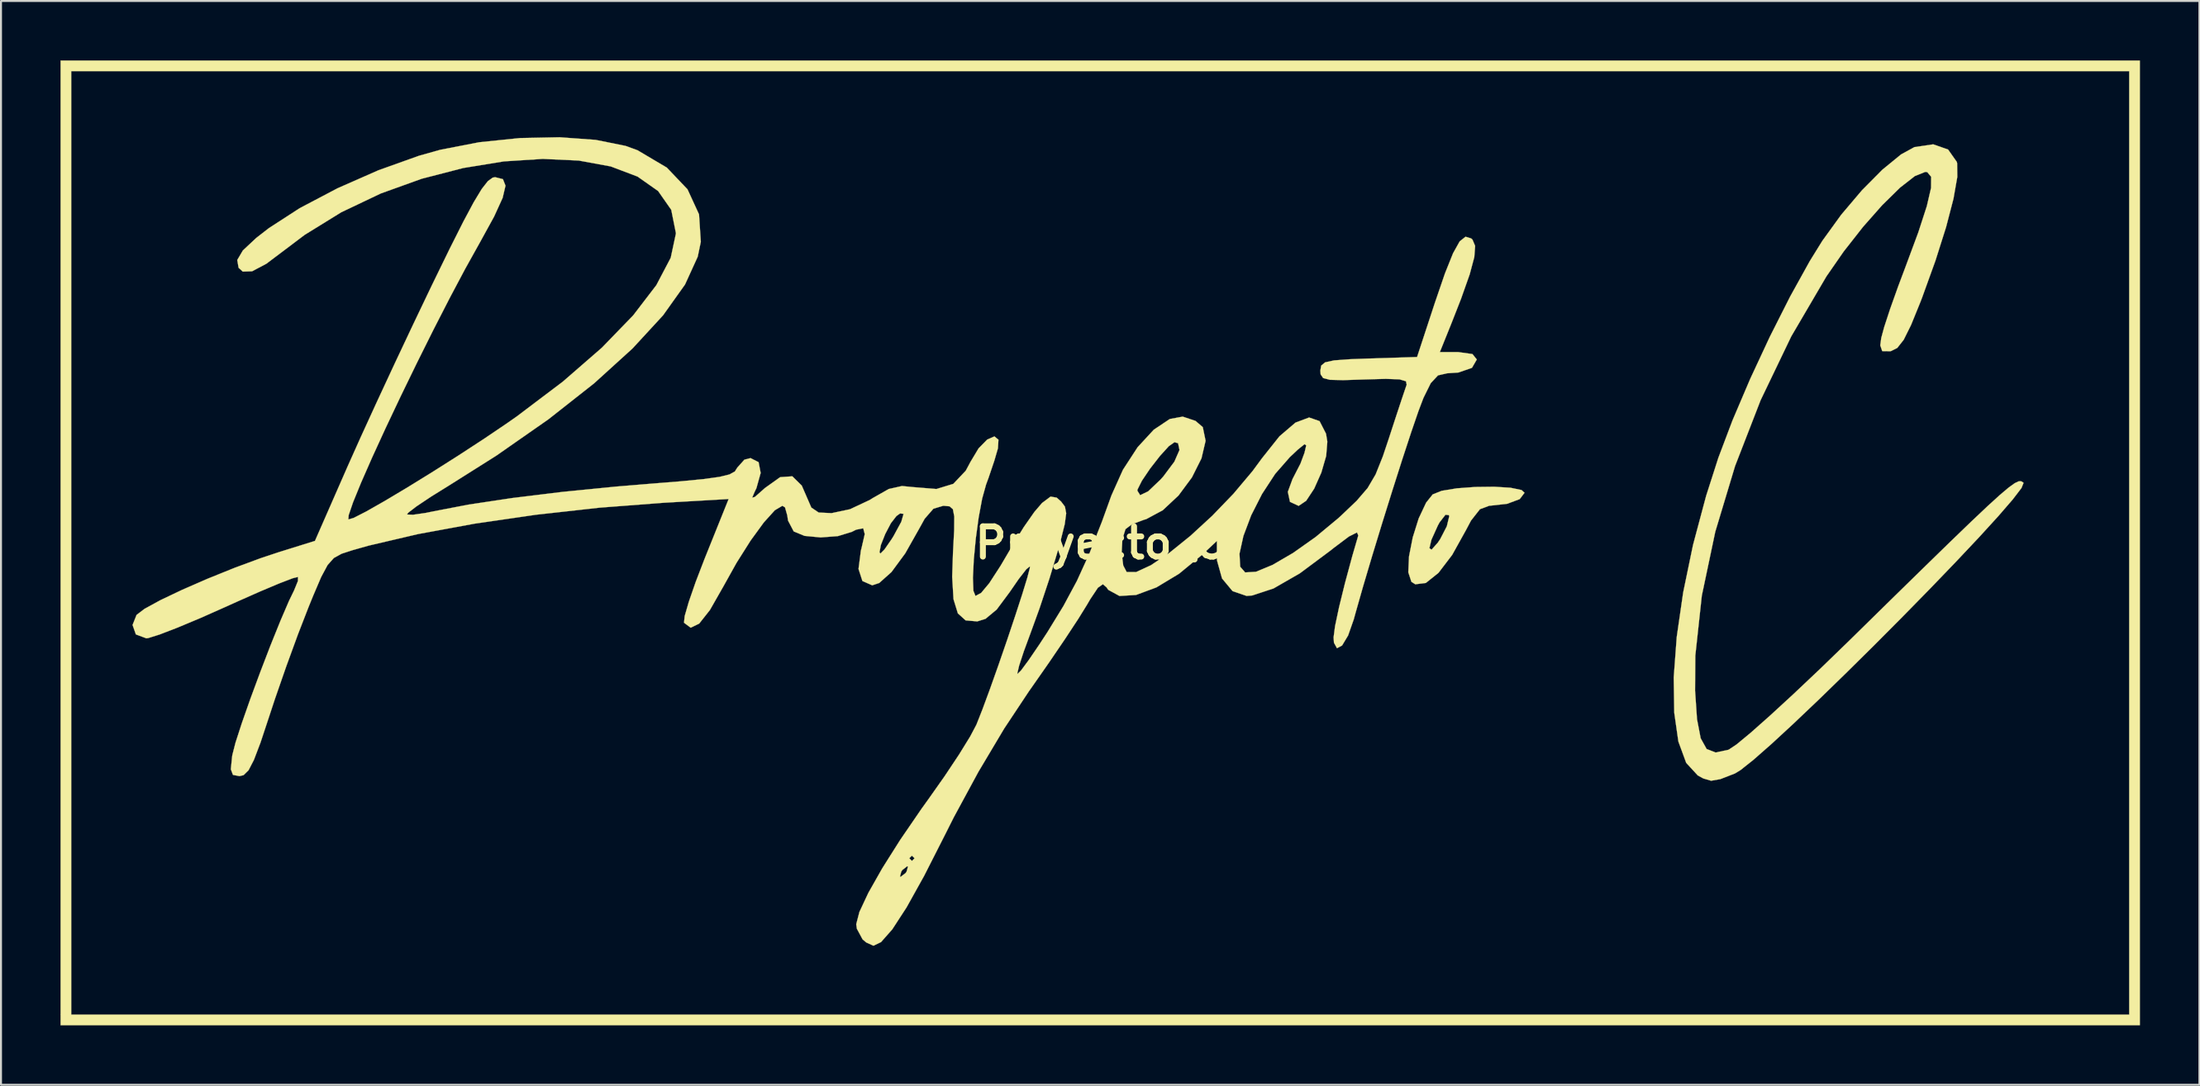
<source format=kicad_pcb>
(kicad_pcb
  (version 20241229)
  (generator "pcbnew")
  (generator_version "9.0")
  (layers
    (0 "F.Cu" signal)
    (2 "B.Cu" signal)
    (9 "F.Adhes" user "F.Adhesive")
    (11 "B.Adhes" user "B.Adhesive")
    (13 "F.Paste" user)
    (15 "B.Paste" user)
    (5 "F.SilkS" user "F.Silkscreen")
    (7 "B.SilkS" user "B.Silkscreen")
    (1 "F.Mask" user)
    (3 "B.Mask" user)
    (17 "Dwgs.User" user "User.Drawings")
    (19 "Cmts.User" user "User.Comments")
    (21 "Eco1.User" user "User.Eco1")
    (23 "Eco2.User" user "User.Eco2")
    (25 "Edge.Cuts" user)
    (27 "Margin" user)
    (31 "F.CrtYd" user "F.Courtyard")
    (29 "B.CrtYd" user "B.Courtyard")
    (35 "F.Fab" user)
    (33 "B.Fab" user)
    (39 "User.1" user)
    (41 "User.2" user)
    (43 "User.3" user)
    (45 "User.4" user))
  (footprint "Proyecto_C"
    (layer "F.Cu")
    (at 52.409 24.336)
    (property "Reference" "Proyecto_C" (at 0 0 0) (layer "F.SilkS") (effects (font (size 1.524 1.524) (thickness 0.3))))
    (attr through_hole)
    (fp_poly (pts (xy 52.404 24.331) (xy -52.404 24.331) (xy -52.404 -23.796) (xy -51.869 -23.796) (xy -51.869 23.796) (xy 51.869 23.796) (xy 51.869 -23.796) (xy -51.869 -23.796) (xy -52.404 -23.796) (xy -52.404 -24.331) (xy 52.404 -24.331) (xy 52.404 24.331)) (stroke (width 0.01) (type solid)) (fill yes) (layer "F.SilkS"))
    (fp_poly (pts (xy 20.683 -2.782) (xy 21.238 -2.667) (xy 21.389 -2.529) (xy 21.147 -2.21) (xy 20.515 -1.974) (xy 19.64 -1.876) (xy 19.609 -1.875) (xy 19.142 -1.701) (xy 18.692 -1.128) (xy 18.439 -0.65) (xy 17.742 0.604) (xy 17.052 1.509) (xy 16.416 2.019) (xy 15.883 2.088) (xy 15.686 1.961) (xy 15.53 1.482) (xy 15.566 0.683) (xy 15.647 0.269) (xy 16.593 0.269) (xy 16.702 0.341) (xy 17.013 -0.007) (xy 17.14 -0.196) (xy 17.472 -0.84) (xy 17.591 -1.333) (xy 17.579 -1.4) (xy 17.403 -1.42) (xy 17.106 -1.037) (xy 17.021 -0.882) (xy 16.695 -0.159) (xy 16.593 0.269) (xy 15.647 0.269) (xy 15.754 -0.277) (xy 16.054 -1.235) (xy 16.428 -2.03) (xy 16.76 -2.447) (xy 17.212 -2.627) (xy 17.976 -2.753) (xy 18.906 -2.822) (xy 19.857 -2.833) (xy 20.683 -2.782)) (stroke (width 0.01) (type solid)) (fill yes) (layer "F.SilkS"))
    (fp_poly (pts (xy 42.739 -19.843) (xy 43.175 -19.224) (xy 43.195 -19.153) (xy 43.203 -18.461) (xy 43.01 -17.36) (xy 42.637 -15.927) (xy 42.102 -14.238) (xy 41.428 -12.371) (xy 41.349 -12.165) (xy 40.873 -10.994) (xy 40.501 -10.246) (xy 40.179 -9.836) (xy 39.856 -9.674) (xy 39.827 -9.669) (xy 39.419 -9.674) (xy 39.32 -9.965) (xy 39.37 -10.338) (xy 39.52 -10.893) (xy 39.82 -11.808) (xy 40.225 -12.944) (xy 40.585 -13.903) (xy 41.239 -15.667) (xy 41.668 -16.989) (xy 41.881 -17.909) (xy 41.886 -18.467) (xy 41.691 -18.702) (xy 41.59 -18.716) (xy 41.063 -18.504) (xy 40.316 -17.921) (xy 39.422 -17.042) (xy 38.451 -15.942) (xy 37.476 -14.699) (xy 36.606 -13.444) (xy 34.834 -10.419) (xy 33.289 -7.199) (xy 32.002 -3.88) (xy 31.003 -0.562) (xy 30.325 2.66) (xy 29.997 5.687) (xy 29.985 7.454) (xy 30.083 8.893) (xy 30.267 9.855) (xy 30.569 10.397) (xy 31.02 10.573) (xy 31.653 10.439) (xy 31.691 10.424) (xy 32.078 10.165) (xy 32.787 9.578) (xy 33.759 8.716) (xy 34.938 7.631) (xy 36.267 6.374) (xy 37.689 4.996) (xy 37.822 4.866) (xy 39.827 2.896) (xy 41.487 1.271) (xy 42.834 -0.042) (xy 43.904 -1.074) (xy 44.731 -1.856) (xy 45.349 -2.418) (xy 45.794 -2.794) (xy 46.099 -3.013) (xy 46.299 -3.107) (xy 46.429 -3.108) (xy 46.524 -3.046) (xy 46.543 -3.027) (xy 46.439 -2.769) (xy 45.998 -2.193) (xy 45.267 -1.347) (xy 44.297 -0.283) (xy 43.136 0.95) (xy 41.835 2.303) (xy 40.442 3.726) (xy 39.007 5.169) (xy 37.58 6.581) (xy 36.209 7.915) (xy 34.944 9.118) (xy 33.835 10.143) (xy 32.93 10.939) (xy 32.28 11.456) (xy 32.001 11.627) (xy 31.258 11.916) (xy 30.793 11.997) (xy 30.399 11.881) (xy 30.121 11.729) (xy 29.538 11.095) (xy 29.144 10.02) (xy 28.936 8.565) (xy 28.909 6.787) (xy 29.061 4.745) (xy 29.386 2.499) (xy 29.882 0.105) (xy 30.544 -2.376) (xy 31.159 -4.293) (xy 31.871 -6.178) (xy 32.76 -8.264) (xy 33.754 -10.399) (xy 34.781 -12.433) (xy 35.768 -14.215) (xy 36.402 -15.24) (xy 37.354 -16.556) (xy 38.395 -17.785) (xy 39.431 -18.83) (xy 40.369 -19.597) (xy 41.042 -19.966) (xy 41.99 -20.105) (xy 42.739 -19.843)) (stroke (width 0.01) (type solid)) (fill yes) (layer "F.SilkS"))
    (fp_poly (pts (xy -25.434 -20.33) (xy -23.928 -20.027) (xy -23.326 -19.808) (xy -21.847 -18.932) (xy -20.804 -17.837) (xy -20.223 -16.573) (xy -20.133 -15.188) (xy -20.289 -14.437) (xy -20.929 -13.034) (xy -22.036 -11.48) (xy -23.576 -9.808) (xy -25.512 -8.049) (xy -27.812 -6.237) (xy -30.438 -4.403) (xy -32.789 -2.919) (xy -33.733 -2.332) (xy -34.461 -1.846) (xy -34.88 -1.525) (xy -34.944 -1.433) (xy -34.638 -1.419) (xy -33.995 -1.513) (xy -33.609 -1.592) (xy -31.84 -1.932) (xy -29.643 -2.263) (xy -27.125 -2.571) (xy -24.394 -2.842) (xy -22.796 -2.974) (xy -21.159 -3.106) (xy -19.98 -3.22) (xy -19.182 -3.332) (xy -18.687 -3.454) (xy -18.418 -3.602) (xy -18.3 -3.788) (xy -18.299 -3.792) (xy -17.937 -4.198) (xy -17.628 -4.278) (xy -17.22 -4.072) (xy -17.116 -3.529) (xy -17.33 -2.761) (xy -17.414 -2.589) (xy -17.544 -2.282) (xy -17.408 -2.319) (xy -16.955 -2.719) (xy -16.905 -2.765) (xy -16.133 -3.316) (xy -15.519 -3.359) (xy -15.044 -2.891) (xy -14.833 -2.406) (xy -14.562 -1.783) (xy -14.192 -1.532) (xy -13.541 -1.501) (xy -12.614 -1.698) (xy -11.614 -2.167) (xy -11.468 -2.26) (xy -10.657 -2.72) (xy -9.992 -2.869) (xy -9.439 -2.815) (xy -8.256 -2.719) (xy -7.404 -2.979) (xy -6.777 -3.643) (xy -6.54 -4.086) (xy -6.132 -4.767) (xy -5.698 -5.211) (xy -5.333 -5.372) (xy -5.13 -5.205) (xy -5.156 -4.772) (xy -5.34 -4.138) (xy -5.629 -3.284) (xy -5.755 -2.941) (xy -5.951 -2.235) (xy -6.128 -1.284) (xy -6.273 -0.215) (xy -6.373 0.842) (xy -6.417 1.762) (xy -6.393 2.415) (xy -6.289 2.673) (xy -6.283 2.674) (xy -6.001 2.522) (xy -5.594 2.034) (xy -5.025 1.157) (xy -4.409 0.109) (xy -3.855 -0.794) (xy -3.318 -1.563) (xy -2.933 -2.012) (xy -2.502 -2.336) (xy -2.192 -2.283) (xy -1.973 -2.088) (xy -1.78 -1.833) (xy -1.715 -1.495) (xy -1.788 -0.949) (xy -2.008 -0.071) (xy -2.148 0.434) (xy -2.559 1.795) (xy -3.056 3.292) (xy -3.504 4.527) (xy -3.85 5.466) (xy -4.088 6.192) (xy -4.179 6.58) (xy -4.173 6.611) (xy -3.998 6.443) (xy -3.606 5.914) (xy -3.062 5.115) (xy -2.665 4.507) (xy -1.854 3.183) (xy -1.173 1.915) (xy -0.55 0.547) (xy 0.089 -1.076) (xy 0.563 -2.388) (xy 0.673 -2.634) (xy 1.872 -2.634) (xy 2.015 -2.407) (xy 2.418 -2.601) (xy 3.04 -3.195) (xy 3.181 -3.351) (xy 3.738 -4.097) (xy 3.996 -4.686) (xy 3.925 -5.029) (xy 3.745 -5.08) (xy 3.459 -4.88) (xy 3.009 -4.384) (xy 2.515 -3.749) (xy 2.1 -3.134) (xy 1.881 -2.695) (xy 1.872 -2.634) (xy 0.673 -2.634) (xy 1.146 -3.689) (xy 1.885 -4.826) (xy 2.699 -5.709) (xy 3.508 -6.25) (xy 4.158 -6.37) (xy 4.804 -6.154) (xy 5.17 -5.84) (xy 5.312 -5.151) (xy 5.104 -4.264) (xy 4.623 -3.304) (xy 3.947 -2.391) (xy 3.153 -1.648) (xy 2.319 -1.199) (xy 2.201 -1.166) (xy 1.594 -0.936) (xy 1.274 -0.694) (xy 1.117 -0.19) (xy 1.081 0.502) (xy 1.161 1.139) (xy 1.334 1.469) (xy 1.811 1.471) (xy 2.557 1.125) (xy 3.494 0.495) (xy 4.55 -0.358) (xy 5.649 -1.37) (xy 6.716 -2.478) (xy 7.676 -3.619) (xy 8.155 -4.27) (xy 9.037 -5.379) (xy 9.843 -6.068) (xy 10.53 -6.326) (xy 11.057 -6.143) (xy 11.382 -5.509) (xy 11.448 -5.108) (xy 11.39 -4.388) (xy 11.145 -3.544) (xy 10.785 -2.736) (xy 10.382 -2.125) (xy 10.008 -1.872) (xy 9.994 -1.872) (xy 9.565 -2.072) (xy 9.457 -2.575) (xy 9.7 -3.237) (xy 9.711 -3.254) (xy 10.095 -4.001) (xy 10.297 -4.545) (xy 10.385 -4.919) (xy 10.3 -4.98) (xy 9.962 -4.707) (xy 9.556 -4.325) (xy 8.819 -3.482) (xy 8.157 -2.469) (xy 7.61 -1.392) (xy 7.218 -0.352) (xy 7.02 0.547) (xy 7.056 1.201) (xy 7.306 1.489) (xy 7.852 1.456) (xy 8.689 1.109) (xy 9.723 0.506) (xy 10.858 -0.297) (xy 11.999 -1.245) (xy 12.117 -1.352) (xy 12.926 -2.123) (xy 13.479 -2.766) (xy 13.883 -3.455) (xy 14.246 -4.363) (xy 14.541 -5.243) (xy 14.894 -6.325) (xy 15.195 -7.235) (xy 15.398 -7.837) (xy 15.448 -7.979) (xy 15.413 -8.154) (xy 15.089 -8.25) (xy 14.393 -8.275) (xy 13.34 -8.246) (xy 12.245 -8.211) (xy 11.579 -8.227) (xy 11.236 -8.317) (xy 11.111 -8.501) (xy 11.096 -8.689) (xy 11.139 -8.944) (xy 11.337 -9.108) (xy 11.791 -9.207) (xy 12.6 -9.266) (xy 13.534 -9.301) (xy 15.972 -9.377) (xy 16.869 -12.108) (xy 17.378 -13.594) (xy 17.786 -14.612) (xy 18.121 -15.212) (xy 18.415 -15.445) (xy 18.696 -15.36) (xy 18.766 -15.297) (xy 18.899 -14.98) (xy 18.857 -14.417) (xy 18.624 -13.546) (xy 18.185 -12.305) (xy 17.685 -11.029) (xy 17.119 -9.625) (xy 18.051 -9.625) (xy 18.763 -9.526) (xy 18.983 -9.253) (xy 18.739 -8.831) (xy 18.054 -8.595) (xy 17.481 -8.556) (xy 17.027 -8.451) (xy 16.661 -8.058) (xy 16.293 -7.314) (xy 16.043 -6.655) (xy 15.677 -5.588) (xy 15.227 -4.217) (xy 14.727 -2.648) (xy 14.208 -0.985) (xy 13.704 0.666) (xy 13.248 2.202) (xy 12.874 3.517) (xy 12.781 3.856) (xy 12.496 4.669) (xy 12.193 5.173) (xy 11.935 5.313) (xy 11.782 5.033) (xy 11.764 4.763) (xy 11.838 4.198) (xy 12.039 3.246) (xy 12.338 2.03) (xy 12.704 0.674) (xy 13.009 -0.374) (xy 12.944 -0.528) (xy 12.536 -0.322) (xy 11.771 0.253) (xy 11.613 0.38) (xy 10.064 1.534) (xy 8.735 2.298) (xy 7.665 2.651) (xy 7.378 2.674) (xy 6.671 2.431) (xy 6.141 1.793) (xy 5.89 0.893) (xy 5.882 0.693) (xy 5.882 -0.1) (xy 5.147 0.591) (xy 3.972 1.557) (xy 2.833 2.244) (xy 1.806 2.626) (xy 0.97 2.676) (xy 0.404 2.366) (xy 0.322 2.246) (xy 0.136 2.083) (xy -0.117 2.262) (xy -0.506 2.845) (xy -0.663 3.115) (xy -1.101 3.823) (xy -1.768 4.838) (xy -2.579 6.032) (xy -3.449 7.279) (xy -3.595 7.486) (xy -4.839 9.362) (xy -6.14 11.547) (xy -7.382 13.842) (xy -7.821 14.716) (xy -8.878 16.798) (xy -9.763 18.388) (xy -10.484 19.496) (xy -11.049 20.136) (xy -11.431 20.32) (xy -11.798 20.152) (xy -11.978 19.999) (xy -12.266 19.464) (xy -12.299 19.235) (xy -12.139 18.618) (xy -11.688 17.654) (xy -11.22 16.827) (xy -10.094 16.827) (xy -10.058 16.844) (xy -9.814 16.656) (xy -9.759 16.577) (xy -9.691 16.327) (xy -9.727 16.309) (xy -9.971 16.498) (xy -10.026 16.577) (xy -10.094 16.827) (xy -11.22 16.827) (xy -10.987 16.416) (xy -10.667 15.908) (xy -9.625 15.908) (xy -9.492 16.042) (xy -9.358 15.908) (xy -9.492 15.775) (xy -9.625 15.908) (xy -10.667 15.908) (xy -10.077 14.974) (xy -9 13.402) (xy -8.648 12.912) (xy -7.841 11.766) (xy -7.116 10.676) (xy -6.555 9.765) (xy -6.24 9.169) (xy -5.936 8.398) (xy -5.553 7.36) (xy -5.126 6.157) (xy -4.69 4.892) (xy -4.28 3.667) (xy -3.929 2.586) (xy -3.673 1.75) (xy -3.547 1.262) (xy -3.543 1.181) (xy -3.728 1.332) (xy -4.111 1.825) (xy -4.562 2.479) (xy -5.218 3.361) (xy -5.781 3.829) (xy -6.198 3.96) (xy -6.784 3.908) (xy -7.176 3.554) (xy -7.395 2.841) (xy -7.462 1.71) (xy -7.421 0.488) (xy -7.362 -0.637) (xy -7.356 -1.332) (xy -7.426 -1.7) (xy -7.593 -1.845) (xy -7.879 -1.872) (xy -7.916 -1.872) (xy -8.408 -1.725) (xy -8.849 -1.218) (xy -9.116 -0.735) (xy -9.829 0.528) (xy -10.522 1.47) (xy -11.14 2.022) (xy -11.492 2.139) (xy -11.987 1.922) (xy -12.183 1.313) (xy -12.075 0.476) (xy -11.127 0.476) (xy -11.078 0.535) (xy -10.874 0.33) (xy -10.522 -0.178) (xy -10.424 -0.334) (xy -10.027 -1.065) (xy -9.912 -1.464) (xy -10.087 -1.487) (xy -10.273 -1.354) (xy -10.552 -0.993) (xy -10.839 -0.445) (xy -11.057 0.106) (xy -11.127 0.476) (xy -12.075 0.476) (xy -12.062 0.376) (xy -12.035 0.279) (xy -11.869 -0.444) (xy -11.946 -0.737) (xy -12.304 -0.667) (xy -12.526 -0.556) (xy -13.224 -0.343) (xy -14.093 -0.277) (xy -14.907 -0.355) (xy -15.441 -0.576) (xy -15.454 -0.588) (xy -15.736 -1.125) (xy -15.775 -1.39) (xy -15.889 -1.795) (xy -16.023 -1.872) (xy -16.401 -1.648) (xy -16.955 -1.035) (xy -17.621 -0.121) (xy -18.332 1.004) (xy -19.002 2.206) (xy -19.674 3.385) (xy -20.215 4.07) (xy -20.642 4.278) (xy -20.977 4.029) (xy -20.98 4.025) (xy -20.946 3.692) (xy -20.738 2.972) (xy -20.391 1.97) (xy -19.939 0.793) (xy -19.933 0.779) (xy -18.73 -2.214) (xy -21.998 -2.025) (xy -25.221 -1.779) (xy -28.441 -1.421) (xy -31.539 -0.97) (xy -34.391 -0.445) (xy -36.877 0.137) (xy -37.691 0.367) (xy -38.238 0.545) (xy -38.63 0.761) (xy -38.947 1.118) (xy -39.269 1.718) (xy -39.673 2.664) (xy -39.906 3.236) (xy -40.437 4.604) (xy -41.032 6.234) (xy -41.602 7.876) (xy -41.892 8.756) (xy -42.327 10.07) (xy -42.661 10.948) (xy -42.931 11.47) (xy -43.179 11.714) (xy -43.387 11.764) (xy -43.716 11.702) (xy -43.823 11.418) (xy -43.758 10.77) (xy -43.744 10.687) (xy -43.588 10.078) (xy -43.271 9.098) (xy -42.84 7.87) (xy -42.34 6.517) (xy -41.819 5.16) (xy -41.32 3.923) (xy -40.892 2.927) (xy -40.636 2.399) (xy -40.441 1.922) (xy -40.439 1.716) (xy -40.707 1.783) (xy -41.371 2.038) (xy -42.342 2.447) (xy -43.53 2.973) (xy -44.053 3.21) (xy -45.347 3.785) (xy -46.502 4.269) (xy -47.415 4.621) (xy -47.983 4.799) (xy -48.081 4.813) (xy -48.61 4.616) (xy -48.777 4.14) (xy -48.576 3.633) (xy -48.176 3.328) (xy -47.378 2.891) (xy -46.286 2.371) (xy -45.006 1.812) (xy -43.643 1.261) (xy -42.304 0.766) (xy -41.41 0.469) (xy -39.583 -0.101) (xy -37.935 -3.861) (xy -37.292 -5.298) (xy -36.482 -7.069) (xy -35.574 -9.024) (xy -34.635 -11.017) (xy -33.735 -12.901) (xy -33.671 -13.034) (xy -32.793 -14.835) (xy -32.105 -16.203) (xy -31.576 -17.192) (xy -31.174 -17.856) (xy -30.867 -18.249) (xy -30.624 -18.425) (xy -30.5 -18.448) (xy -30.108 -18.349) (xy -29.978 -18.019) (xy -30.122 -17.406) (xy -30.553 -16.461) (xy -31.282 -15.133) (xy -31.309 -15.085) (xy -32.01 -13.826) (xy -32.789 -12.357) (xy -33.614 -10.747) (xy -34.451 -9.066) (xy -35.268 -7.384) (xy -36.031 -5.771) (xy -36.707 -4.296) (xy -37.263 -3.029) (xy -37.666 -2.04) (xy -37.884 -1.399) (xy -37.9 -1.181) (xy -37.63 -1.261) (xy -36.994 -1.587) (xy -36.07 -2.113) (xy -34.938 -2.789) (xy -33.677 -3.567) (xy -32.366 -4.399) (xy -31.083 -5.236) (xy -29.909 -6.03) (xy -29.42 -6.372) (xy -27.091 -8.132) (xy -25.123 -9.844) (xy -23.542 -11.477) (xy -22.375 -13.001) (xy -21.649 -14.384) (xy -21.39 -15.596) (xy -21.389 -15.632) (xy -21.623 -16.802) (xy -22.285 -17.75) (xy -23.321 -18.479) (xy -24.672 -18.991) (xy -26.284 -19.287) (xy -28.099 -19.371) (xy -30.061 -19.245) (xy -32.114 -18.91) (xy -34.201 -18.37) (xy -36.267 -17.626) (xy -38.253 -16.681) (xy -40.105 -15.537) (xy -41.021 -14.844) (xy -42.035 -14.081) (xy -42.751 -13.702) (xy -43.221 -13.686) (xy -43.432 -13.879) (xy -43.5 -14.27) (xy -43.217 -14.752) (xy -42.539 -15.386) (xy -41.903 -15.88) (xy -40.345 -16.889) (xy -38.443 -17.89) (xy -36.381 -18.798) (xy -34.343 -19.527) (xy -33.271 -19.829) (xy -31.299 -20.211) (xy -29.249 -20.422) (xy -27.25 -20.462) (xy -25.434 -20.33)) (stroke (width 0.01) (type solid)) (fill yes) (layer "F.SilkS")))
  (gr_rect
    (start -3 -3)
    (end 107.818 51.671)
    (stroke (width 0.1) (type default))
    (fill no)
    (layer "Edge.Cuts")))
</source>
